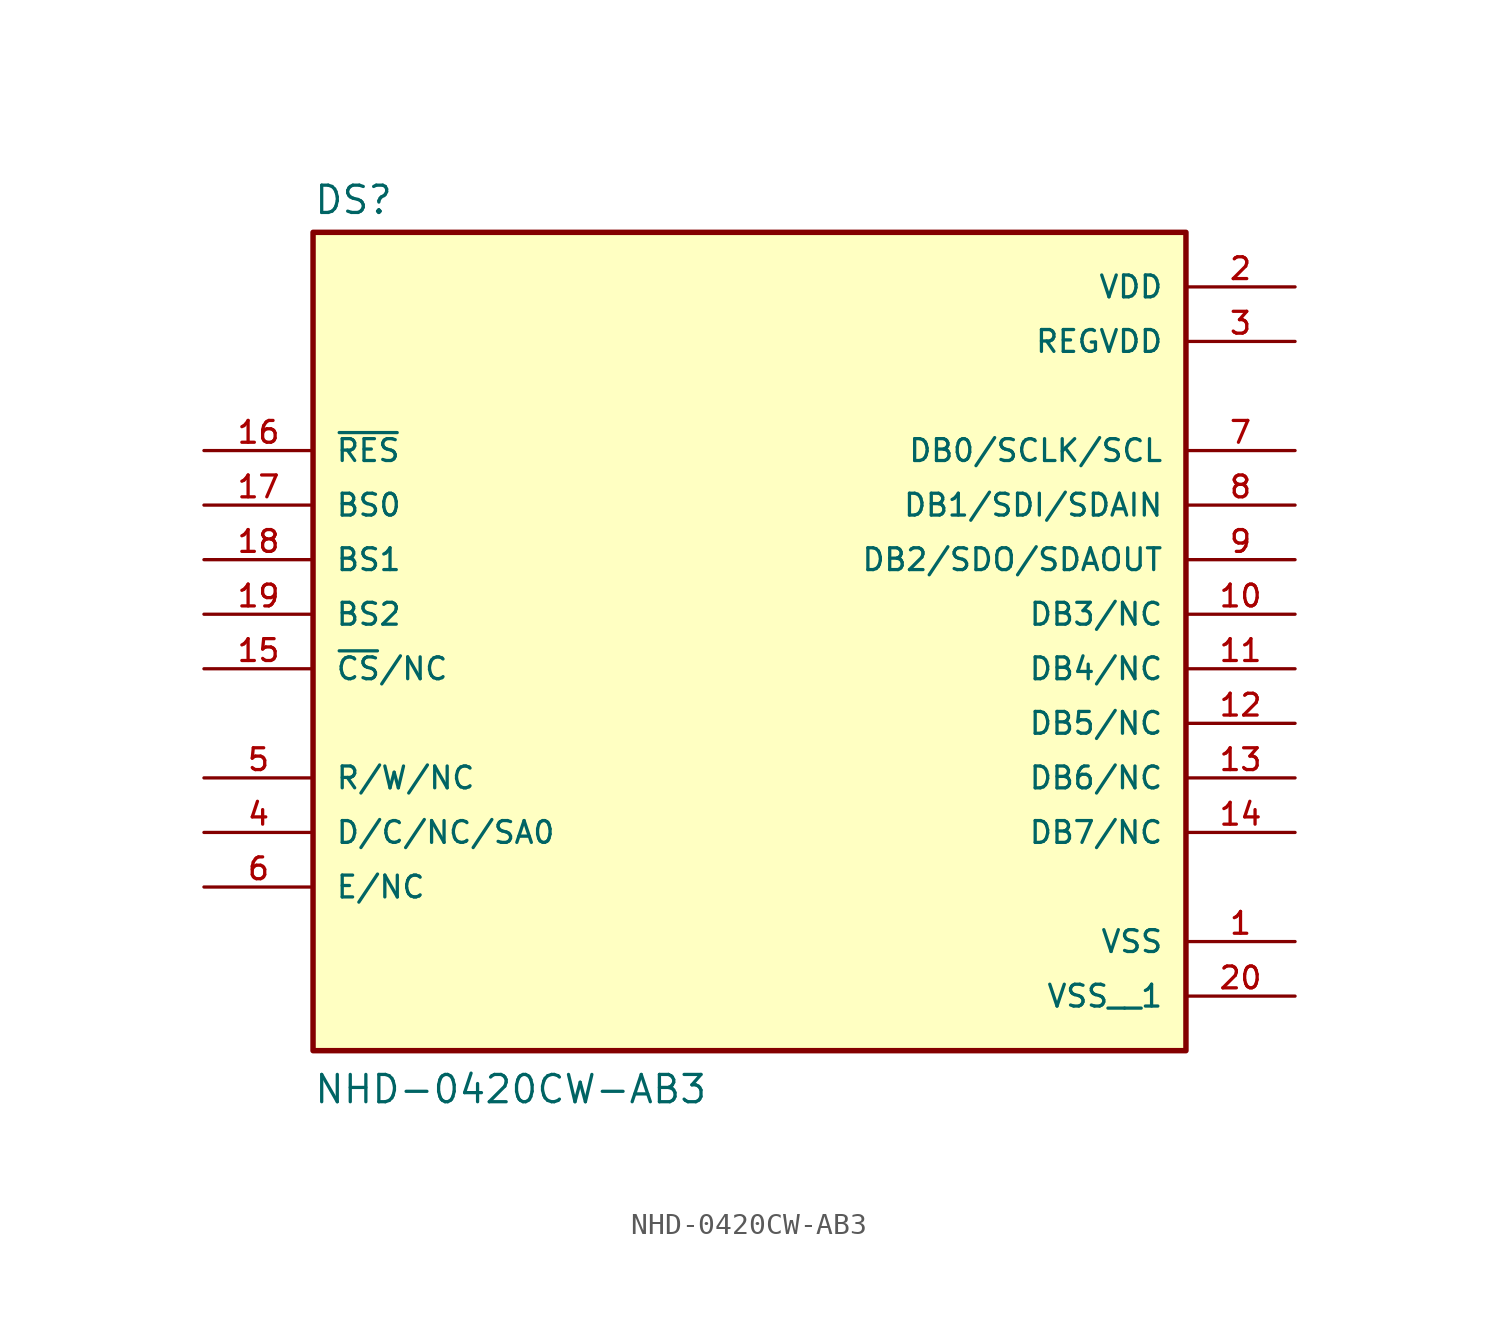
<source format=kicad_sym>
(kicad_symbol_lib
  (version 20220914)
  (generator kicad_symbol_editor)
  (symbol "NHD-0420CW-AB3"
    (pin_names
      (offset 1.016))
    (property "Reference" "DS"
      (at -20.32 18.542 0)
      (effects (font (size 1.27 1.27)) (justify left bottom)))
    (property "Value" "NHD-0420CW-AB3"
      (at -20.32 -22.86 0)
      (effects (font (size 1.27 1.27)) (justify left bottom)))
    (symbol "NHD-0420CW-AB3_0_0"
      (rectangle (start -20.32 -20.32) (end 20.32 17.78) (stroke (width 0.254) (type default)) (fill (type background)))
      (pin power_in line (at 25.4 -15.24 180) (length 5.08) (name "VSS" (effects (font (size 1.016 1.016)))) (number "1" (effects (font (size 1.016 1.016)))))
      (pin bidirectional line (at 25.4 0 180) (length 5.08) (name "DB3/NC" (effects (font (size 1.016 1.016)))) (number "10" (effects (font (size 1.016 1.016)))))
      (pin bidirectional line (at 25.4 -2.54 180) (length 5.08) (name "DB4/NC" (effects (font (size 1.016 1.016)))) (number "11" (effects (font (size 1.016 1.016)))))
      (pin bidirectional line (at 25.4 -5.08 180) (length 5.08) (name "DB5/NC" (effects (font (size 1.016 1.016)))) (number "12" (effects (font (size 1.016 1.016)))))
      (pin bidirectional line (at 25.4 -7.62 180) (length 5.08) (name "DB6/NC" (effects (font (size 1.016 1.016)))) (number "13" (effects (font (size 1.016 1.016)))))
      (pin bidirectional line (at 25.4 -10.16 180) (length 5.08) (name "DB7/NC" (effects (font (size 1.016 1.016)))) (number "14" (effects (font (size 1.016 1.016)))))
      (pin passive line (at -25.4 -2.54 0) (length 5.08) (name "~{CS}/NC" (effects (font (size 1.016 1.016)))) (number "15" (effects (font (size 1.016 1.016)))))
      (pin input line (at -25.4 7.62 0) (length 5.08) (name "~{RES}" (effects (font (size 1.016 1.016)))) (number "16" (effects (font (size 1.016 1.016)))))
      (pin input line (at -25.4 5.08 0) (length 5.08) (name "BS0" (effects (font (size 1.016 1.016)))) (number "17" (effects (font (size 1.016 1.016)))))
      (pin input line (at -25.4 2.54 0) (length 5.08) (name "BS1" (effects (font (size 1.016 1.016)))) (number "18" (effects (font (size 1.016 1.016)))))
      (pin input line (at -25.4 0 0) (length 5.08) (name "BS2" (effects (font (size 1.016 1.016)))) (number "19" (effects (font (size 1.016 1.016)))))
      (pin power_in line (at 25.4 15.24 180) (length 5.08) (name "VDD" (effects (font (size 1.016 1.016)))) (number "2" (effects (font (size 1.016 1.016)))))
      (pin power_in line (at 25.4 -17.78 180) (length 5.08) (name "VSS__1" (effects (font (size 1.016 1.016)))) (number "20" (effects (font (size 1.016 1.016)))))
      (pin power_in line (at 25.4 12.7 180) (length 5.08) (name "REGVDD" (effects (font (size 1.016 1.016)))) (number "3" (effects (font (size 1.016 1.016)))))
      (pin bidirectional line (at -25.4 -10.16 0) (length 5.08) (name "D/C/NC/SA0" (effects (font (size 1.016 1.016)))) (number "4" (effects (font (size 1.016 1.016)))))
      (pin bidirectional line (at -25.4 -7.62 0) (length 5.08) (name "R/W/NC" (effects (font (size 1.016 1.016)))) (number "5" (effects (font (size 1.016 1.016)))))
      (pin bidirectional line (at -25.4 -12.7 0) (length 5.08) (name "E/NC" (effects (font (size 1.016 1.016)))) (number "6" (effects (font (size 1.016 1.016)))))
      (pin bidirectional line (at 25.4 7.62 180) (length 5.08) (name "DB0/SCLK/SCL" (effects (font (size 1.016 1.016)))) (number "7" (effects (font (size 1.016 1.016)))))
      (pin bidirectional line (at 25.4 5.08 180) (length 5.08) (name "DB1/SDI/SDAIN" (effects (font (size 1.016 1.016)))) (number "8" (effects (font (size 1.016 1.016)))))
      (pin bidirectional line (at 25.4 2.54 180) (length 5.08) (name "DB2/SDO/SDAOUT" (effects (font (size 1.016 1.016)))) (number "9" (effects (font (size 1.016 1.016))))))))
</source>
